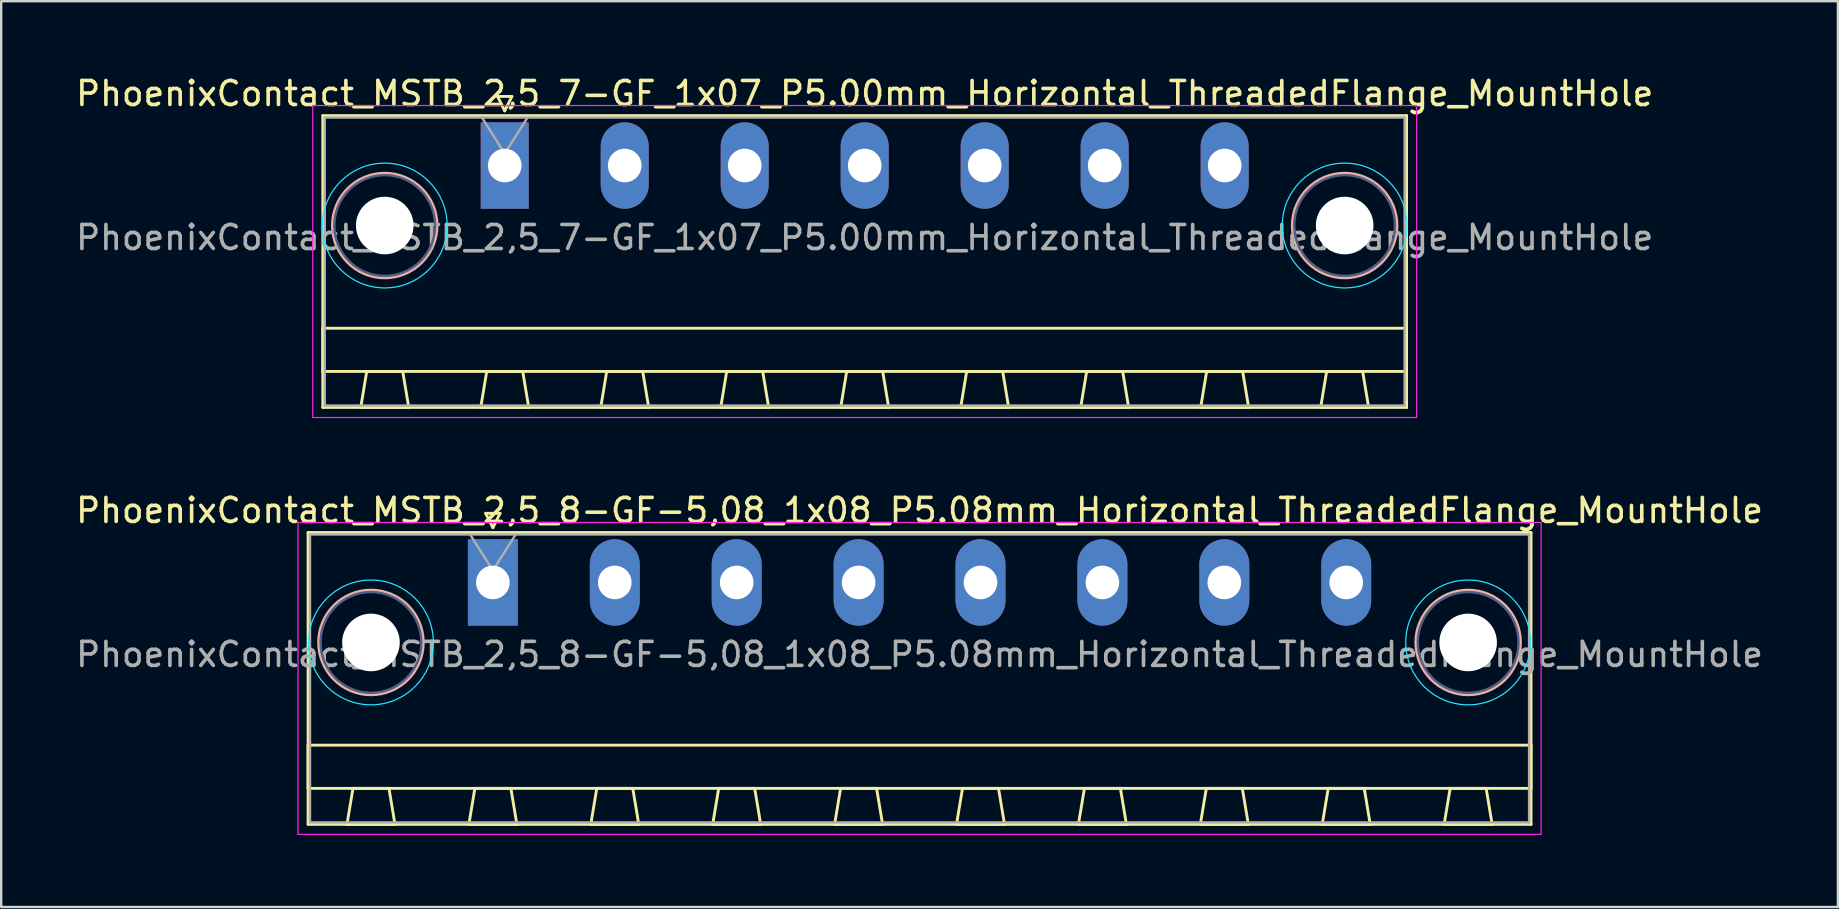
<source format=kicad_pcb>
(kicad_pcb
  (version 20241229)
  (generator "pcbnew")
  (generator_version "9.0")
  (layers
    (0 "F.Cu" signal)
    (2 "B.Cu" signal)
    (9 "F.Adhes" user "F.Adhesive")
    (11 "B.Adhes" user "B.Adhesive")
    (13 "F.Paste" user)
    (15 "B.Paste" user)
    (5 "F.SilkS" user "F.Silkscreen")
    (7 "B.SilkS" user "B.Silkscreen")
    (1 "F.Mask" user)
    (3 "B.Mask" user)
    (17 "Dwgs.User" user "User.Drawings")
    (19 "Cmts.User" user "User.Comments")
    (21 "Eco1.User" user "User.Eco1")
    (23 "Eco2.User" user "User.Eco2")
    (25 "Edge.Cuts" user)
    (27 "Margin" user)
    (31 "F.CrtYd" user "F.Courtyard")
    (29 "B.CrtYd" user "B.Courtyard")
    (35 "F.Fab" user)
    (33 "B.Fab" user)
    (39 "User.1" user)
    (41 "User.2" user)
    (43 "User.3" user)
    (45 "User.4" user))
  (footprint "PhoenixContact_MSTB_2,5_8-GF-5,08_1x08_P5.08mm_Horizontal_ThreadedFlange_MountHole"
    (layer "F.Cu")
    (at 17.488 21.221)
    (property "Reference" "PhoenixContact_MSTB_2,5_8-GF-5,08_1x08_P5.08mm_Horizontal_ThreadedFlange_MountHole" (at 17.78 -3 0) (layer "F.SilkS") (effects (font (size 1 1) (thickness 0.15))))
    (attr through_hole)
    (fp_line (start -7.7 -2.08) (end -7.7 10.08) (stroke (width 0.12) (type solid)) (layer "F.SilkS"))
    (fp_line (start -7.7 6.78) (end 43.26 6.78) (stroke (width 0.12) (type solid)) (layer "F.SilkS"))
    (fp_line (start -7.7 8.58) (end -7.7 6.78) (stroke (width 0.12) (type solid)) (layer "F.SilkS"))
    (fp_line (start -7.7 10.08) (end 43.26 10.08) (stroke (width 0.12) (type solid)) (layer "F.SilkS"))
    (fp_line (start -6.08 10.08) (end -4.08 10.08) (stroke (width 0.12) (type solid)) (layer "F.SilkS"))
    (fp_line (start -5.83 8.58) (end -6.08 10.08) (stroke (width 0.12) (type solid)) (layer "F.SilkS"))
    (fp_line (start -4.33 8.58) (end -5.83 8.58) (stroke (width 0.12) (type solid)) (layer "F.SilkS"))
    (fp_line (start -4.08 10.08) (end -4.33 8.58) (stroke (width 0.12) (type solid)) (layer "F.SilkS"))
    (fp_line (start -1 10.08) (end 1 10.08) (stroke (width 0.12) (type solid)) (layer "F.SilkS"))
    (fp_line (start -0.75 8.58) (end -1 10.08) (stroke (width 0.12) (type solid)) (layer "F.SilkS"))
    (fp_line (start -0.3 -2.88) (end 0.3 -2.88) (stroke (width 0.12) (type solid)) (layer "F.SilkS"))
    (fp_line (start 0 -2.28) (end -0.3 -2.88) (stroke (width 0.12) (type solid)) (layer "F.SilkS"))
    (fp_line (start 0.3 -2.88) (end 0 -2.28) (stroke (width 0.12) (type solid)) (layer "F.SilkS"))
    (fp_line (start 0.75 8.58) (end -0.75 8.58) (stroke (width 0.12) (type solid)) (layer "F.SilkS"))
    (fp_line (start 1 10.08) (end 0.75 8.58) (stroke (width 0.12) (type solid)) (layer "F.SilkS"))
    (fp_line (start 4.08 10.08) (end 6.08 10.08) (stroke (width 0.12) (type solid)) (layer "F.SilkS"))
    (fp_line (start 4.33 8.58) (end 4.08 10.08) (stroke (width 0.12) (type solid)) (layer "F.SilkS"))
    (fp_line (start 5.83 8.58) (end 4.33 8.58) (stroke (width 0.12) (type solid)) (layer "F.SilkS"))
    (fp_line (start 6.08 10.08) (end 5.83 8.58) (stroke (width 0.12) (type solid)) (layer "F.SilkS"))
    (fp_line (start 9.16 10.08) (end 11.16 10.08) (stroke (width 0.12) (type solid)) (layer "F.SilkS"))
    (fp_line (start 9.41 8.58) (end 9.16 10.08) (stroke (width 0.12) (type solid)) (layer "F.SilkS"))
    (fp_line (start 10.91 8.58) (end 9.41 8.58) (stroke (width 0.12) (type solid)) (layer "F.SilkS"))
    (fp_line (start 11.16 10.08) (end 10.91 8.58) (stroke (width 0.12) (type solid)) (layer "F.SilkS"))
    (fp_line (start 14.24 10.08) (end 16.24 10.08) (stroke (width 0.12) (type solid)) (layer "F.SilkS"))
    (fp_line (start 14.49 8.58) (end 14.24 10.08) (stroke (width 0.12) (type solid)) (layer "F.SilkS"))
    (fp_line (start 15.99 8.58) (end 14.49 8.58) (stroke (width 0.12) (type solid)) (layer "F.SilkS"))
    (fp_line (start 16.24 10.08) (end 15.99 8.58) (stroke (width 0.12) (type solid)) (layer "F.SilkS"))
    (fp_line (start 19.32 10.08) (end 21.32 10.08) (stroke (width 0.12) (type solid)) (layer "F.SilkS"))
    (fp_line (start 19.57 8.58) (end 19.32 10.08) (stroke (width 0.12) (type solid)) (layer "F.SilkS"))
    (fp_line (start 21.07 8.58) (end 19.57 8.58) (stroke (width 0.12) (type solid)) (layer "F.SilkS"))
    (fp_line (start 21.32 10.08) (end 21.07 8.58) (stroke (width 0.12) (type solid)) (layer "F.SilkS"))
    (fp_line (start 24.4 10.08) (end 26.4 10.08) (stroke (width 0.12) (type solid)) (layer "F.SilkS"))
    (fp_line (start 24.65 8.58) (end 24.4 10.08) (stroke (width 0.12) (type solid)) (layer "F.SilkS"))
    (fp_line (start 26.15 8.58) (end 24.65 8.58) (stroke (width 0.12) (type solid)) (layer "F.SilkS"))
    (fp_line (start 26.4 10.08) (end 26.15 8.58) (stroke (width 0.12) (type solid)) (layer "F.SilkS"))
    (fp_line (start 29.48 10.08) (end 31.48 10.08) (stroke (width 0.12) (type solid)) (layer "F.SilkS"))
    (fp_line (start 29.73 8.58) (end 29.48 10.08) (stroke (width 0.12) (type solid)) (layer "F.SilkS"))
    (fp_line (start 31.23 8.58) (end 29.73 8.58) (stroke (width 0.12) (type solid)) (layer "F.SilkS"))
    (fp_line (start 31.48 10.08) (end 31.23 8.58) (stroke (width 0.12) (type solid)) (layer "F.SilkS"))
    (fp_line (start 34.56 10.08) (end 36.56 10.08) (stroke (width 0.12) (type solid)) (layer "F.SilkS"))
    (fp_line (start 34.81 8.58) (end 34.56 10.08) (stroke (width 0.12) (type solid)) (layer "F.SilkS"))
    (fp_line (start 36.31 8.58) (end 34.81 8.58) (stroke (width 0.12) (type solid)) (layer "F.SilkS"))
    (fp_line (start 36.56 10.08) (end 36.31 8.58) (stroke (width 0.12) (type solid)) (layer "F.SilkS"))
    (fp_line (start 39.64 10.08) (end 41.64 10.08) (stroke (width 0.12) (type solid)) (layer "F.SilkS"))
    (fp_line (start 39.89 8.58) (end 39.64 10.08) (stroke (width 0.12) (type solid)) (layer "F.SilkS"))
    (fp_line (start 41.39 8.58) (end 39.89 8.58) (stroke (width 0.12) (type solid)) (layer "F.SilkS"))
    (fp_line (start 41.64 10.08) (end 41.39 8.58) (stroke (width 0.12) (type solid)) (layer "F.SilkS"))
    (fp_line (start 43.26 -2.08) (end -7.7 -2.08) (stroke (width 0.12) (type solid)) (layer "F.SilkS"))
    (fp_line (start 43.26 6.78) (end 43.26 8.58) (stroke (width 0.12) (type solid)) (layer "F.SilkS"))
    (fp_line (start 43.26 8.58) (end -7.7 8.58) (stroke (width 0.12) (type solid)) (layer "F.SilkS"))
    (fp_line (start 43.26 10.08) (end 43.26 -2.08) (stroke (width 0.12) (type solid)) (layer "F.SilkS"))
    (fp_circle (center -5.08 2.5) (end -2.9 2.5) (stroke (width 0.12) (type solid)) (fill no) (layer "B.SilkS"))
    (fp_circle (center 40.64 2.5) (end 42.82 2.5) (stroke (width 0.12) (type solid)) (fill no) (layer "B.SilkS"))
    (fp_circle (center -5.08 2.5) (end -2.48 2.5) (stroke (width 0.05) (type solid)) (fill no) (layer "B.CrtYd"))
    (fp_circle (center 40.64 2.5) (end 43.24 2.5) (stroke (width 0.05) (type solid)) (fill no) (layer "B.CrtYd"))
    (fp_line (start -8.12 -2.5) (end -8.12 10.5) (stroke (width 0.05) (type solid)) (layer "F.CrtYd"))
    (fp_line (start -8.12 10.5) (end 43.68 10.5) (stroke (width 0.05) (type solid)) (layer "F.CrtYd"))
    (fp_line (start 43.68 -2.5) (end -8.12 -2.5) (stroke (width 0.05) (type solid)) (layer "F.CrtYd"))
    (fp_line (start 43.68 10.5) (end 43.68 -2.5) (stroke (width 0.05) (type solid)) (layer "F.CrtYd"))
    (fp_circle (center -5.08 2.5) (end -2.98 2.5) (stroke (width 0.1) (type solid)) (fill no) (layer "B.Fab"))
    (fp_circle (center 40.64 2.5) (end 42.74 2.5) (stroke (width 0.1) (type solid)) (fill no) (layer "B.Fab"))
    (fp_line (start -7.62 -2) (end -7.62 10) (stroke (width 0.1) (type solid)) (layer "F.Fab"))
    (fp_line (start -7.62 10) (end 43.18 10) (stroke (width 0.1) (type solid)) (layer "F.Fab"))
    (fp_line (start 0 -0.5) (end -0.95 -2) (stroke (width 0.1) (type solid)) (layer "F.Fab"))
    (fp_line (start 0.95 -2) (end 0 -0.5) (stroke (width 0.1) (type solid)) (layer "F.Fab"))
    (fp_line (start 43.18 -2) (end -7.62 -2) (stroke (width 0.1) (type solid)) (layer "F.Fab"))
    (fp_line (start 43.18 10) (end 43.18 -2) (stroke (width 0.1) (type solid)) (layer "F.Fab"))
    (fp_text user "${REFERENCE}" (at 17.78 3 0) (layer "F.Fab") (effects (font (size 1 1) (thickness 0.15))))
    (pad "" np_thru_hole circle (at -5.08 2.5) (size 2.4 2.4) (drill 2.4) (layers "*.Cu" "*.Mask"))
    (pad "" np_thru_hole circle (at 40.64 2.5) (size 2.4 2.4) (drill 2.4) (layers "*.Cu" "*.Mask"))
    (pad "1" thru_hole rect (at 0 0) (size 2.08 3.6) (drill 1.4) (layers "*.Cu" "*.Mask"))
    (pad "2" thru_hole oval (at 5.08 0) (size 2.08 3.6) (drill 1.4) (layers "*.Cu" "*.Mask"))
    (pad "3" thru_hole oval (at 10.16 0) (size 2.08 3.6) (drill 1.4) (layers "*.Cu" "*.Mask"))
    (pad "4" thru_hole oval (at 15.24 0) (size 2.08 3.6) (drill 1.4) (layers "*.Cu" "*.Mask"))
    (pad "5" thru_hole oval (at 20.32 0) (size 2.08 3.6) (drill 1.4) (layers "*.Cu" "*.Mask"))
    (pad "6" thru_hole oval (at 25.4 0) (size 2.08 3.6) (drill 1.4) (layers "*.Cu" "*.Mask"))
    (pad "7" thru_hole oval (at 30.48 0) (size 2.08 3.6) (drill 1.4) (layers "*.Cu" "*.Mask"))
    (pad "8" thru_hole oval (at 35.56 0) (size 2.08 3.6) (drill 1.4) (layers "*.Cu" "*.Mask")))
  (footprint "PhoenixContact_MSTB_2,5_7-GF_1x07_P5.00mm_Horizontal_ThreadedFlange_MountHole"
    (layer "F.Cu")
    (at 17.982 3.848)
    (property "Reference" "PhoenixContact_MSTB_2,5_7-GF_1x07_P5.00mm_Horizontal_ThreadedFlange_MountHole" (at 15 -3 0) (layer "F.SilkS") (effects (font (size 1 1) (thickness 0.15))))
    (attr through_hole)
    (fp_line (start -7.58 -2.08) (end -7.58 10.08) (stroke (width 0.12) (type solid)) (layer "F.SilkS"))
    (fp_line (start -7.58 6.78) (end 37.58 6.78) (stroke (width 0.12) (type solid)) (layer "F.SilkS"))
    (fp_line (start -7.58 8.58) (end -7.58 6.78) (stroke (width 0.12) (type solid)) (layer "F.SilkS"))
    (fp_line (start -7.58 10.08) (end 37.58 10.08) (stroke (width 0.12) (type solid)) (layer "F.SilkS"))
    (fp_line (start -6 10.08) (end -4 10.08) (stroke (width 0.12) (type solid)) (layer "F.SilkS"))
    (fp_line (start -5.75 8.58) (end -6 10.08) (stroke (width 0.12) (type solid)) (layer "F.SilkS"))
    (fp_line (start -4.25 8.58) (end -5.75 8.58) (stroke (width 0.12) (type solid)) (layer "F.SilkS"))
    (fp_line (start -4 10.08) (end -4.25 8.58) (stroke (width 0.12) (type solid)) (layer "F.SilkS"))
    (fp_line (start -1 10.08) (end 1 10.08) (stroke (width 0.12) (type solid)) (layer "F.SilkS"))
    (fp_line (start -0.75 8.58) (end -1 10.08) (stroke (width 0.12) (type solid)) (layer "F.SilkS"))
    (fp_line (start -0.3 -2.88) (end 0.3 -2.88) (stroke (width 0.12) (type solid)) (layer "F.SilkS"))
    (fp_line (start 0 -2.28) (end -0.3 -2.88) (stroke (width 0.12) (type solid)) (layer "F.SilkS"))
    (fp_line (start 0.3 -2.88) (end 0 -2.28) (stroke (width 0.12) (type solid)) (layer "F.SilkS"))
    (fp_line (start 0.75 8.58) (end -0.75 8.58) (stroke (width 0.12) (type solid)) (layer "F.SilkS"))
    (fp_line (start 1 10.08) (end 0.75 8.58) (stroke (width 0.12) (type solid)) (layer "F.SilkS"))
    (fp_line (start 4 10.08) (end 6 10.08) (stroke (width 0.12) (type solid)) (layer "F.SilkS"))
    (fp_line (start 4.25 8.58) (end 4 10.08) (stroke (width 0.12) (type solid)) (layer "F.SilkS"))
    (fp_line (start 5.75 8.58) (end 4.25 8.58) (stroke (width 0.12) (type solid)) (layer "F.SilkS"))
    (fp_line (start 6 10.08) (end 5.75 8.58) (stroke (width 0.12) (type solid)) (layer "F.SilkS"))
    (fp_line (start 9 10.08) (end 11 10.08) (stroke (width 0.12) (type solid)) (layer "F.SilkS"))
    (fp_line (start 9.25 8.58) (end 9 10.08) (stroke (width 0.12) (type solid)) (layer "F.SilkS"))
    (fp_line (start 10.75 8.58) (end 9.25 8.58) (stroke (width 0.12) (type solid)) (layer "F.SilkS"))
    (fp_line (start 11 10.08) (end 10.75 8.58) (stroke (width 0.12) (type solid)) (layer "F.SilkS"))
    (fp_line (start 14 10.08) (end 16 10.08) (stroke (width 0.12) (type solid)) (layer "F.SilkS"))
    (fp_line (start 14.25 8.58) (end 14 10.08) (stroke (width 0.12) (type solid)) (layer "F.SilkS"))
    (fp_line (start 15.75 8.58) (end 14.25 8.58) (stroke (width 0.12) (type solid)) (layer "F.SilkS"))
    (fp_line (start 16 10.08) (end 15.75 8.58) (stroke (width 0.12) (type solid)) (layer "F.SilkS"))
    (fp_line (start 19 10.08) (end 21 10.08) (stroke (width 0.12) (type solid)) (layer "F.SilkS"))
    (fp_line (start 19.25 8.58) (end 19 10.08) (stroke (width 0.12) (type solid)) (layer "F.SilkS"))
    (fp_line (start 20.75 8.58) (end 19.25 8.58) (stroke (width 0.12) (type solid)) (layer "F.SilkS"))
    (fp_line (start 21 10.08) (end 20.75 8.58) (stroke (width 0.12) (type solid)) (layer "F.SilkS"))
    (fp_line (start 24 10.08) (end 26 10.08) (stroke (width 0.12) (type solid)) (layer "F.SilkS"))
    (fp_line (start 24.25 8.58) (end 24 10.08) (stroke (width 0.12) (type solid)) (layer "F.SilkS"))
    (fp_line (start 25.75 8.58) (end 24.25 8.58) (stroke (width 0.12) (type solid)) (layer "F.SilkS"))
    (fp_line (start 26 10.08) (end 25.75 8.58) (stroke (width 0.12) (type solid)) (layer "F.SilkS"))
    (fp_line (start 29 10.08) (end 31 10.08) (stroke (width 0.12) (type solid)) (layer "F.SilkS"))
    (fp_line (start 29.25 8.58) (end 29 10.08) (stroke (width 0.12) (type solid)) (layer "F.SilkS"))
    (fp_line (start 30.75 8.58) (end 29.25 8.58) (stroke (width 0.12) (type solid)) (layer "F.SilkS"))
    (fp_line (start 31 10.08) (end 30.75 8.58) (stroke (width 0.12) (type solid)) (layer "F.SilkS"))
    (fp_line (start 34 10.08) (end 36 10.08) (stroke (width 0.12) (type solid)) (layer "F.SilkS"))
    (fp_line (start 34.25 8.58) (end 34 10.08) (stroke (width 0.12) (type solid)) (layer "F.SilkS"))
    (fp_line (start 35.75 8.58) (end 34.25 8.58) (stroke (width 0.12) (type solid)) (layer "F.SilkS"))
    (fp_line (start 36 10.08) (end 35.75 8.58) (stroke (width 0.12) (type solid)) (layer "F.SilkS"))
    (fp_line (start 37.58 -2.08) (end -7.58 -2.08) (stroke (width 0.12) (type solid)) (layer "F.SilkS"))
    (fp_line (start 37.58 6.78) (end 37.58 8.58) (stroke (width 0.12) (type solid)) (layer "F.SilkS"))
    (fp_line (start 37.58 8.58) (end -7.58 8.58) (stroke (width 0.12) (type solid)) (layer "F.SilkS"))
    (fp_line (start 37.58 10.08) (end 37.58 -2.08) (stroke (width 0.12) (type solid)) (layer "F.SilkS"))
    (fp_circle (center -5 2.5) (end -2.82 2.5) (stroke (width 0.12) (type solid)) (fill no) (layer "B.SilkS"))
    (fp_circle (center 35 2.5) (end 37.18 2.5) (stroke (width 0.12) (type solid)) (fill no) (layer "B.SilkS"))
    (fp_circle (center -5 2.5) (end -2.4 2.5) (stroke (width 0.05) (type solid)) (fill no) (layer "B.CrtYd"))
    (fp_circle (center 35 2.5) (end 37.6 2.5) (stroke (width 0.05) (type solid)) (fill no) (layer "B.CrtYd"))
    (fp_line (start -8 -2.5) (end -8 10.5) (stroke (width 0.05) (type solid)) (layer "F.CrtYd"))
    (fp_line (start -8 10.5) (end 38 10.5) (stroke (width 0.05) (type solid)) (layer "F.CrtYd"))
    (fp_line (start 38 -2.5) (end -8 -2.5) (stroke (width 0.05) (type solid)) (layer "F.CrtYd"))
    (fp_line (start 38 10.5) (end 38 -2.5) (stroke (width 0.05) (type solid)) (layer "F.CrtYd"))
    (fp_circle (center -5 2.5) (end -2.9 2.5) (stroke (width 0.1) (type solid)) (fill no) (layer "B.Fab"))
    (fp_circle (center 35 2.5) (end 37.1 2.5) (stroke (width 0.1) (type solid)) (fill no) (layer "B.Fab"))
    (fp_line (start -7.5 -2) (end -7.5 10) (stroke (width 0.1) (type solid)) (layer "F.Fab"))
    (fp_line (start -7.5 10) (end 37.5 10) (stroke (width 0.1) (type solid)) (layer "F.Fab"))
    (fp_line (start 0 -0.5) (end -0.95 -2) (stroke (width 0.1) (type solid)) (layer "F.Fab"))
    (fp_line (start 0.95 -2) (end 0 -0.5) (stroke (width 0.1) (type solid)) (layer "F.Fab"))
    (fp_line (start 37.5 -2) (end -7.5 -2) (stroke (width 0.1) (type solid)) (layer "F.Fab"))
    (fp_line (start 37.5 10) (end 37.5 -2) (stroke (width 0.1) (type solid)) (layer "F.Fab"))
    (fp_text user "${REFERENCE}" (at 15 3 0) (layer "F.Fab") (effects (font (size 1 1) (thickness 0.15))))
    (pad "" np_thru_hole circle (at -5 2.5) (size 2.4 2.4) (drill 2.4) (layers "*.Cu" "*.Mask"))
    (pad "" np_thru_hole circle (at 35 2.5) (size 2.4 2.4) (drill 2.4) (layers "*.Cu" "*.Mask"))
    (pad "1" thru_hole rect (at 0 0) (size 2 3.6) (drill 1.4) (layers "*.Cu" "*.Mask"))
    (pad "2" thru_hole oval (at 5 0) (size 2 3.6) (drill 1.4) (layers "*.Cu" "*.Mask"))
    (pad "3" thru_hole oval (at 10 0) (size 2 3.6) (drill 1.4) (layers "*.Cu" "*.Mask"))
    (pad "4" thru_hole oval (at 15 0) (size 2 3.6) (drill 1.4) (layers "*.Cu" "*.Mask"))
    (pad "5" thru_hole oval (at 20 0) (size 2 3.6) (drill 1.4) (layers "*.Cu" "*.Mask"))
    (pad "6" thru_hole oval (at 25 0) (size 2 3.6) (drill 1.4) (layers "*.Cu" "*.Mask"))
    (pad "7" thru_hole oval (at 30 0) (size 2 3.6) (drill 1.4) (layers "*.Cu" "*.Mask")))
  (gr_rect
    (start -3 -3)
    (end 73.536 34.746)
    (stroke (width 0.1) (type default))
    (fill no)
    (layer "Edge.Cuts")))
</source>
